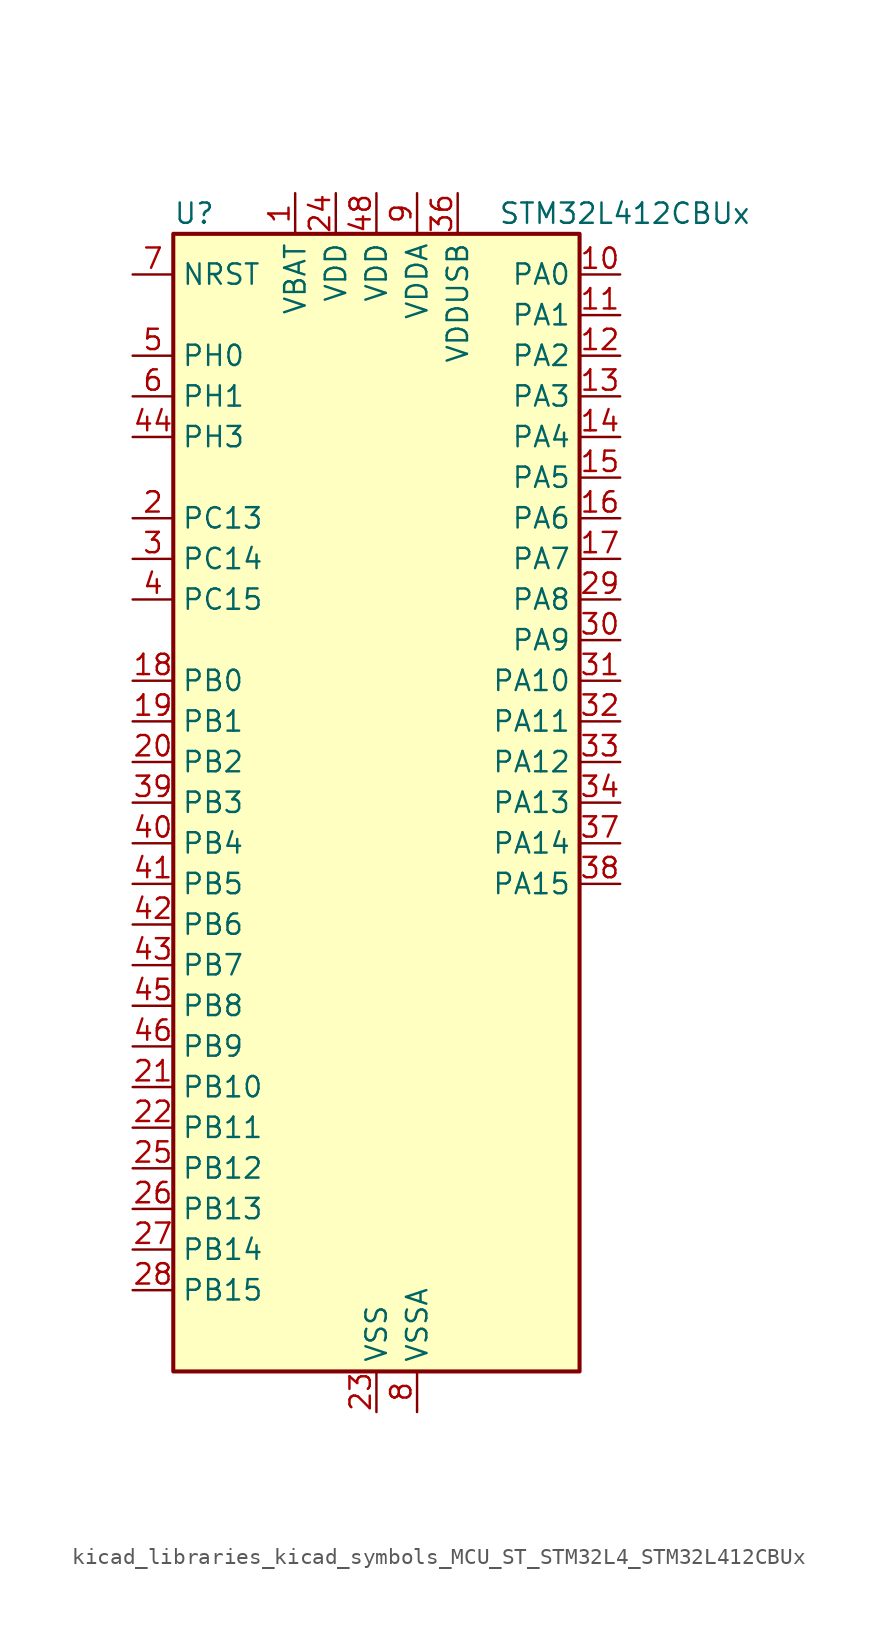
<source format=kicad_sym>
(kicad_symbol_lib
  (version 20220914)
  (generator kicad_symbol_editor)
  (symbol "kicad_libraries_kicad_symbols_MCU_ST_STM32L4_STM32L412CBUx"
    (property "Reference" "U"
      (at -12.7 36.83 0)
      (effects (font (size 1.27 1.27)) (justify left)))
    (property "Value" "STM32L412CBUx"
      (at 7.62 36.83 0)
      (effects (font (size 1.27 1.27)) (justify left)))
    (property "ki_locked" ""
      (at 0 0 0)
      (effects (font (size 1.27 1.27))))
    (symbol "kicad_libraries_kicad_symbols_MCU_ST_STM32L4_STM32L412CBUx_0_1"
      (rectangle (start -12.7 -35.56) (end 12.7 35.56) (stroke (width 0.254) (type default)) (fill (type background))))
    (symbol "kicad_libraries_kicad_symbols_MCU_ST_STM32L4_STM32L412CBUx_1_1"
      (pin power_in line (at -5.08 38.1 270) (length 2.54) (name "VBAT" (effects (font (size 1.27 1.27)))) (number "1" (effects (font (size 1.27 1.27)))))
      (pin bidirectional line (at 15.24 33.02 180) (length 2.54) (name "PA0" (effects (font (size 1.27 1.27)))) (number "10" (effects (font (size 1.27 1.27)))) (alternate "ADC1_IN5" bidirectional line) (alternate "COMP1_INM" bidirectional line) (alternate "COMP1_OUT" bidirectional line) (alternate "OPAMP1_VINP" bidirectional line) (alternate "RTC_TAMP2" bidirectional line) (alternate "SYS_WKUP1" bidirectional line) (alternate "TIM2_CH1" bidirectional line) (alternate "TIM2_ETR" bidirectional line) (alternate "USART2_CTS" bidirectional line))
      (pin bidirectional line (at 15.24 30.48 180) (length 2.54) (name "PA1" (effects (font (size 1.27 1.27)))) (number "11" (effects (font (size 1.27 1.27)))) (alternate "ADC1_IN6" bidirectional line) (alternate "COMP1_INP" bidirectional line) (alternate "I2C1_SMBA" bidirectional line) (alternate "OPAMP1_VINM" bidirectional line) (alternate "SPI1_SCK" bidirectional line) (alternate "TIM15_CH1N" bidirectional line) (alternate "TIM2_CH2" bidirectional line) (alternate "USART2_DE" bidirectional line) (alternate "USART2_RTS" bidirectional line))
      (pin bidirectional line (at 15.24 27.94 180) (length 2.54) (name "PA2" (effects (font (size 1.27 1.27)))) (number "12" (effects (font (size 1.27 1.27)))) (alternate "ADC1_IN7" bidirectional line) (alternate "ADC2_IN7" bidirectional line) (alternate "LPUART1_TX" bidirectional line) (alternate "QUADSPI_BK1_NCS" bidirectional line) (alternate "RCC_LSCO" bidirectional line) (alternate "SYS_WKUP4" bidirectional line) (alternate "TIM15_CH1" bidirectional line) (alternate "TIM2_CH3" bidirectional line) (alternate "USART2_TX" bidirectional line))
      (pin bidirectional line (at 15.24 25.4 180) (length 2.54) (name "PA3" (effects (font (size 1.27 1.27)))) (number "13" (effects (font (size 1.27 1.27)))) (alternate "ADC1_IN8" bidirectional line) (alternate "ADC2_IN8" bidirectional line) (alternate "LPUART1_RX" bidirectional line) (alternate "OPAMP1_VOUT" bidirectional line) (alternate "QUADSPI_CLK" bidirectional line) (alternate "TIM15_CH2" bidirectional line) (alternate "TIM2_CH4" bidirectional line) (alternate "USART2_RX" bidirectional line))
      (pin bidirectional line (at 15.24 22.86 180) (length 2.54) (name "PA4" (effects (font (size 1.27 1.27)))) (number "14" (effects (font (size 1.27 1.27)))) (alternate "ADC1_IN9" bidirectional line) (alternate "ADC2_IN9" bidirectional line) (alternate "COMP1_INM" bidirectional line) (alternate "LPTIM2_OUT" bidirectional line) (alternate "SPI1_NSS" bidirectional line) (alternate "USART2_CK" bidirectional line))
      (pin bidirectional line (at 15.24 20.32 180) (length 2.54) (name "PA5" (effects (font (size 1.27 1.27)))) (number "15" (effects (font (size 1.27 1.27)))) (alternate "ADC1_IN10" bidirectional line) (alternate "ADC2_IN10" bidirectional line) (alternate "COMP1_INM" bidirectional line) (alternate "LPTIM2_ETR" bidirectional line) (alternate "SPI1_SCK" bidirectional line) (alternate "TIM2_CH1" bidirectional line) (alternate "TIM2_ETR" bidirectional line))
      (pin bidirectional line (at 15.24 17.78 180) (length 2.54) (name "PA6" (effects (font (size 1.27 1.27)))) (number "16" (effects (font (size 1.27 1.27)))) (alternate "ADC1_IN11" bidirectional line) (alternate "ADC2_IN11" bidirectional line) (alternate "COMP1_OUT" bidirectional line) (alternate "LPUART1_CTS" bidirectional line) (alternate "QUADSPI_BK1_IO3" bidirectional line) (alternate "SPI1_MISO" bidirectional line) (alternate "TIM16_CH1" bidirectional line) (alternate "TIM1_BKIN" bidirectional line) (alternate "USART3_CTS" bidirectional line))
      (pin bidirectional line (at 15.24 15.24 180) (length 2.54) (name "PA7" (effects (font (size 1.27 1.27)))) (number "17" (effects (font (size 1.27 1.27)))) (alternate "ADC1_IN12" bidirectional line) (alternate "ADC2_IN12" bidirectional line) (alternate "I2C3_SCL" bidirectional line) (alternate "QUADSPI_BK1_IO2" bidirectional line) (alternate "SPI1_MOSI" bidirectional line) (alternate "TIM1_CH1N" bidirectional line))
      (pin bidirectional line (at -15.24 7.62 0) (length 2.54) (name "PB0" (effects (font (size 1.27 1.27)))) (number "18" (effects (font (size 1.27 1.27)))) (alternate "ADC1_IN15" bidirectional line) (alternate "ADC2_IN15" bidirectional line) (alternate "COMP1_OUT" bidirectional line) (alternate "QUADSPI_BK1_IO1" bidirectional line) (alternate "SPI1_NSS" bidirectional line) (alternate "SYS_TRACED0" bidirectional line) (alternate "TIM1_CH2N" bidirectional line) (alternate "USART3_CK" bidirectional line))
      (pin bidirectional line (at -15.24 5.08 0) (length 2.54) (name "PB1" (effects (font (size 1.27 1.27)))) (number "19" (effects (font (size 1.27 1.27)))) (alternate "ADC1_IN16" bidirectional line) (alternate "ADC2_IN16" bidirectional line) (alternate "COMP1_INM" bidirectional line) (alternate "LPTIM2_IN1" bidirectional line) (alternate "LPUART1_DE" bidirectional line) (alternate "LPUART1_RTS" bidirectional line) (alternate "QUADSPI_BK1_IO0" bidirectional line) (alternate "SYS_TRACED1" bidirectional line) (alternate "TIM1_CH3N" bidirectional line) (alternate "USART3_DE" bidirectional line) (alternate "USART3_RTS" bidirectional line))
      (pin bidirectional line (at -15.24 17.78 0) (length 2.54) (name "PC13" (effects (font (size 1.27 1.27)))) (number "2" (effects (font (size 1.27 1.27)))) (alternate "RTC_OUT_ALARM" bidirectional line) (alternate "RTC_OUT_CALIB" bidirectional line) (alternate "RTC_TAMP1" bidirectional line) (alternate "RTC_TS" bidirectional line) (alternate "SYS_WKUP2" bidirectional line))
      (pin bidirectional line (at -15.24 2.54 0) (length 2.54) (name "PB2" (effects (font (size 1.27 1.27)))) (number "20" (effects (font (size 1.27 1.27)))) (alternate "COMP1_INP" bidirectional line) (alternate "I2C3_SMBA" bidirectional line) (alternate "LPTIM1_OUT" bidirectional line) (alternate "RTC_OUT_ALARM" bidirectional line) (alternate "RTC_OUT_CALIB" bidirectional line))
      (pin bidirectional line (at -15.24 -17.78 0) (length 2.54) (name "PB10" (effects (font (size 1.27 1.27)))) (number "21" (effects (font (size 1.27 1.27)))) (alternate "COMP1_OUT" bidirectional line) (alternate "I2C2_SCL" bidirectional line) (alternate "LPUART1_RX" bidirectional line) (alternate "QUADSPI_CLK" bidirectional line) (alternate "SPI2_SCK" bidirectional line) (alternate "TIM2_CH3" bidirectional line) (alternate "TSC_SYNC" bidirectional line) (alternate "USART3_TX" bidirectional line))
      (pin bidirectional line (at -15.24 -20.32 0) (length 2.54) (name "PB11" (effects (font (size 1.27 1.27)))) (number "22" (effects (font (size 1.27 1.27)))) (alternate "ADC1_EXTI11" bidirectional line) (alternate "ADC2_EXTI11" bidirectional line) (alternate "I2C2_SDA" bidirectional line) (alternate "LPUART1_TX" bidirectional line) (alternate "QUADSPI_BK1_NCS" bidirectional line) (alternate "TIM2_CH4" bidirectional line) (alternate "USART3_RX" bidirectional line))
      (pin power_in line (at 0 -38.1 90) (length 2.54) (name "VSS" (effects (font (size 1.27 1.27)))) (number "23" (effects (font (size 1.27 1.27)))))
      (pin power_in line (at -2.54 38.1 270) (length 2.54) (name "VDD" (effects (font (size 1.27 1.27)))) (number "24" (effects (font (size 1.27 1.27)))))
      (pin bidirectional line (at -15.24 -22.86 0) (length 2.54) (name "PB12" (effects (font (size 1.27 1.27)))) (number "25" (effects (font (size 1.27 1.27)))) (alternate "I2C2_SMBA" bidirectional line) (alternate "LPUART1_DE" bidirectional line) (alternate "LPUART1_RTS" bidirectional line) (alternate "SPI2_NSS" bidirectional line) (alternate "TIM15_BKIN" bidirectional line) (alternate "TIM1_BKIN" bidirectional line) (alternate "TSC_G1_IO1" bidirectional line) (alternate "USART3_CK" bidirectional line))
      (pin bidirectional line (at -15.24 -25.4 0) (length 2.54) (name "PB13" (effects (font (size 1.27 1.27)))) (number "26" (effects (font (size 1.27 1.27)))) (alternate "I2C2_SCL" bidirectional line) (alternate "LPUART1_CTS" bidirectional line) (alternate "SPI2_SCK" bidirectional line) (alternate "TIM15_CH1N" bidirectional line) (alternate "TIM1_CH1N" bidirectional line) (alternate "TSC_G1_IO2" bidirectional line) (alternate "USART3_CTS" bidirectional line))
      (pin bidirectional line (at -15.24 -27.94 0) (length 2.54) (name "PB14" (effects (font (size 1.27 1.27)))) (number "27" (effects (font (size 1.27 1.27)))) (alternate "I2C2_SDA" bidirectional line) (alternate "SPI2_MISO" bidirectional line) (alternate "TIM15_CH1" bidirectional line) (alternate "TIM1_CH2N" bidirectional line) (alternate "TSC_G1_IO3" bidirectional line) (alternate "USART3_DE" bidirectional line) (alternate "USART3_RTS" bidirectional line))
      (pin bidirectional line (at -15.24 -30.48 0) (length 2.54) (name "PB15" (effects (font (size 1.27 1.27)))) (number "28" (effects (font (size 1.27 1.27)))) (alternate "ADC1_EXTI15" bidirectional line) (alternate "ADC2_EXTI15" bidirectional line) (alternate "RTC_REFIN" bidirectional line) (alternate "SPI2_MOSI" bidirectional line) (alternate "TIM15_CH2" bidirectional line) (alternate "TIM1_CH3N" bidirectional line) (alternate "TSC_G1_IO4" bidirectional line))
      (pin bidirectional line (at 15.24 12.7 180) (length 2.54) (name "PA8" (effects (font (size 1.27 1.27)))) (number "29" (effects (font (size 1.27 1.27)))) (alternate "LPTIM2_OUT" bidirectional line) (alternate "RCC_MCO" bidirectional line) (alternate "TIM1_CH1" bidirectional line) (alternate "USART1_CK" bidirectional line))
      (pin bidirectional line (at -15.24 15.24 0) (length 2.54) (name "PC14" (effects (font (size 1.27 1.27)))) (number "3" (effects (font (size 1.27 1.27)))) (alternate "RCC_OSC32_IN" bidirectional line))
      (pin bidirectional line (at 15.24 10.16 180) (length 2.54) (name "PA9" (effects (font (size 1.27 1.27)))) (number "30" (effects (font (size 1.27 1.27)))) (alternate "I2C1_SCL" bidirectional line) (alternate "TIM15_BKIN" bidirectional line) (alternate "TIM1_CH2" bidirectional line) (alternate "USART1_TX" bidirectional line))
      (pin bidirectional line (at 15.24 7.62 180) (length 2.54) (name "PA10" (effects (font (size 1.27 1.27)))) (number "31" (effects (font (size 1.27 1.27)))) (alternate "CRS_SYNC" bidirectional line) (alternate "I2C1_SDA" bidirectional line) (alternate "TIM1_CH3" bidirectional line) (alternate "USART1_RX" bidirectional line))
      (pin bidirectional line (at 15.24 5.08 180) (length 2.54) (name "PA11" (effects (font (size 1.27 1.27)))) (number "32" (effects (font (size 1.27 1.27)))) (alternate "ADC1_EXTI11" bidirectional line) (alternate "ADC2_EXTI11" bidirectional line) (alternate "COMP1_OUT" bidirectional line) (alternate "SPI1_MISO" bidirectional line) (alternate "TIM1_BKIN2" bidirectional line) (alternate "TIM1_BKIN2_COMP1" bidirectional line) (alternate "TIM1_CH4" bidirectional line) (alternate "USART1_CTS" bidirectional line) (alternate "USB_DM" bidirectional line))
      (pin bidirectional line (at 15.24 2.54 180) (length 2.54) (name "PA12" (effects (font (size 1.27 1.27)))) (number "33" (effects (font (size 1.27 1.27)))) (alternate "SPI1_MOSI" bidirectional line) (alternate "TIM1_ETR" bidirectional line) (alternate "USART1_DE" bidirectional line) (alternate "USART1_RTS" bidirectional line) (alternate "USB_DP" bidirectional line))
      (pin bidirectional line (at 15.24 0 180) (length 2.54) (name "PA13" (effects (font (size 1.27 1.27)))) (number "34" (effects (font (size 1.27 1.27)))) (alternate "IR_OUT" bidirectional line) (alternate "SYS_JTMS-SWDIO" bidirectional line) (alternate "USB_NOE" bidirectional line))
      (pin passive line (at 0 -38.1 90) (length 2.54) hide (name "VSS" (effects (font (size 1.27 1.27)))) (number "35" (effects (font (size 1.27 1.27)))))
      (pin power_in line (at 5.08 38.1 270) (length 2.54) (name "VDDUSB" (effects (font (size 1.27 1.27)))) (number "36" (effects (font (size 1.27 1.27)))))
      (pin bidirectional line (at 15.24 -2.54 180) (length 2.54) (name "PA14" (effects (font (size 1.27 1.27)))) (number "37" (effects (font (size 1.27 1.27)))) (alternate "I2C1_SMBA" bidirectional line) (alternate "LPTIM1_OUT" bidirectional line) (alternate "SYS_JTCK-SWCLK" bidirectional line))
      (pin bidirectional line (at 15.24 -5.08 180) (length 2.54) (name "PA15" (effects (font (size 1.27 1.27)))) (number "38" (effects (font (size 1.27 1.27)))) (alternate "ADC1_EXTI15" bidirectional line) (alternate "ADC2_EXTI15" bidirectional line) (alternate "SPI1_NSS" bidirectional line) (alternate "SYS_JTDI" bidirectional line) (alternate "TIM2_CH1" bidirectional line) (alternate "TIM2_ETR" bidirectional line) (alternate "USART2_RX" bidirectional line) (alternate "USART3_DE" bidirectional line) (alternate "USART3_RTS" bidirectional line))
      (pin bidirectional line (at -15.24 0 0) (length 2.54) (name "PB3" (effects (font (size 1.27 1.27)))) (number "39" (effects (font (size 1.27 1.27)))) (alternate "SPI1_SCK" bidirectional line) (alternate "SYS_JTDO-SWO" bidirectional line) (alternate "TIM2_CH2" bidirectional line) (alternate "USART1_DE" bidirectional line) (alternate "USART1_RTS" bidirectional line))
      (pin bidirectional line (at -15.24 12.7 0) (length 2.54) (name "PC15" (effects (font (size 1.27 1.27)))) (number "4" (effects (font (size 1.27 1.27)))) (alternate "ADC1_EXTI15" bidirectional line) (alternate "ADC2_EXTI15" bidirectional line) (alternate "RCC_OSC32_OUT" bidirectional line))
      (pin bidirectional line (at -15.24 -2.54 0) (length 2.54) (name "PB4" (effects (font (size 1.27 1.27)))) (number "40" (effects (font (size 1.27 1.27)))) (alternate "I2C3_SDA" bidirectional line) (alternate "SPI1_MISO" bidirectional line) (alternate "SYS_JTRST" bidirectional line) (alternate "TSC_G2_IO1" bidirectional line) (alternate "USART1_CTS" bidirectional line))
      (pin bidirectional line (at -15.24 -5.08 0) (length 2.54) (name "PB5" (effects (font (size 1.27 1.27)))) (number "41" (effects (font (size 1.27 1.27)))) (alternate "I2C1_SMBA" bidirectional line) (alternate "LPTIM1_IN1" bidirectional line) (alternate "SPI1_MOSI" bidirectional line) (alternate "SYS_TRACED2" bidirectional line) (alternate "TIM16_BKIN" bidirectional line) (alternate "TSC_G2_IO2" bidirectional line) (alternate "USART1_CK" bidirectional line))
      (pin bidirectional line (at -15.24 -7.62 0) (length 2.54) (name "PB6" (effects (font (size 1.27 1.27)))) (number "42" (effects (font (size 1.27 1.27)))) (alternate "I2C1_SCL" bidirectional line) (alternate "LPTIM1_ETR" bidirectional line) (alternate "SYS_TRACED3" bidirectional line) (alternate "TIM16_CH1N" bidirectional line) (alternate "TSC_G2_IO3" bidirectional line) (alternate "USART1_TX" bidirectional line))
      (pin bidirectional line (at -15.24 -10.16 0) (length 2.54) (name "PB7" (effects (font (size 1.27 1.27)))) (number "43" (effects (font (size 1.27 1.27)))) (alternate "I2C1_SDA" bidirectional line) (alternate "LPTIM1_IN2" bidirectional line) (alternate "SYS_PVD_IN" bidirectional line) (alternate "SYS_TRACECLK" bidirectional line) (alternate "TSC_G2_IO4" bidirectional line) (alternate "USART1_RX" bidirectional line))
      (pin bidirectional line (at -15.24 22.86 0) (length 2.54) (name "PH3" (effects (font (size 1.27 1.27)))) (number "44" (effects (font (size 1.27 1.27)))))
      (pin bidirectional line (at -15.24 -12.7 0) (length 2.54) (name "PB8" (effects (font (size 1.27 1.27)))) (number "45" (effects (font (size 1.27 1.27)))) (alternate "I2C1_SCL" bidirectional line) (alternate "TIM16_CH1" bidirectional line))
      (pin bidirectional line (at -15.24 -15.24 0) (length 2.54) (name "PB9" (effects (font (size 1.27 1.27)))) (number "46" (effects (font (size 1.27 1.27)))) (alternate "I2C1_SDA" bidirectional line) (alternate "IR_OUT" bidirectional line) (alternate "SPI2_NSS" bidirectional line))
      (pin passive line (at 0 -38.1 90) (length 2.54) hide (name "VSS" (effects (font (size 1.27 1.27)))) (number "47" (effects (font (size 1.27 1.27)))))
      (pin power_in line (at 0 38.1 270) (length 2.54) (name "VDD" (effects (font (size 1.27 1.27)))) (number "48" (effects (font (size 1.27 1.27)))))
      (pin passive line (at 0 -38.1 90) (length 2.54) hide (name "VSS" (effects (font (size 1.27 1.27)))) (number "49" (effects (font (size 1.27 1.27)))))
      (pin bidirectional line (at -15.24 27.94 0) (length 2.54) (name "PH0" (effects (font (size 1.27 1.27)))) (number "5" (effects (font (size 1.27 1.27)))) (alternate "RCC_OSC_IN" bidirectional line))
      (pin bidirectional line (at -15.24 25.4 0) (length 2.54) (name "PH1" (effects (font (size 1.27 1.27)))) (number "6" (effects (font (size 1.27 1.27)))) (alternate "RCC_OSC_OUT" bidirectional line))
      (pin input line (at -15.24 33.02 0) (length 2.54) (name "NRST" (effects (font (size 1.27 1.27)))) (number "7" (effects (font (size 1.27 1.27)))))
      (pin power_in line (at 2.54 -38.1 90) (length 2.54) (name "VSSA" (effects (font (size 1.27 1.27)))) (number "8" (effects (font (size 1.27 1.27)))))
      (pin power_in line (at 2.54 38.1 270) (length 2.54) (name "VDDA" (effects (font (size 1.27 1.27)))) (number "9" (effects (font (size 1.27 1.27))))))))
</source>
